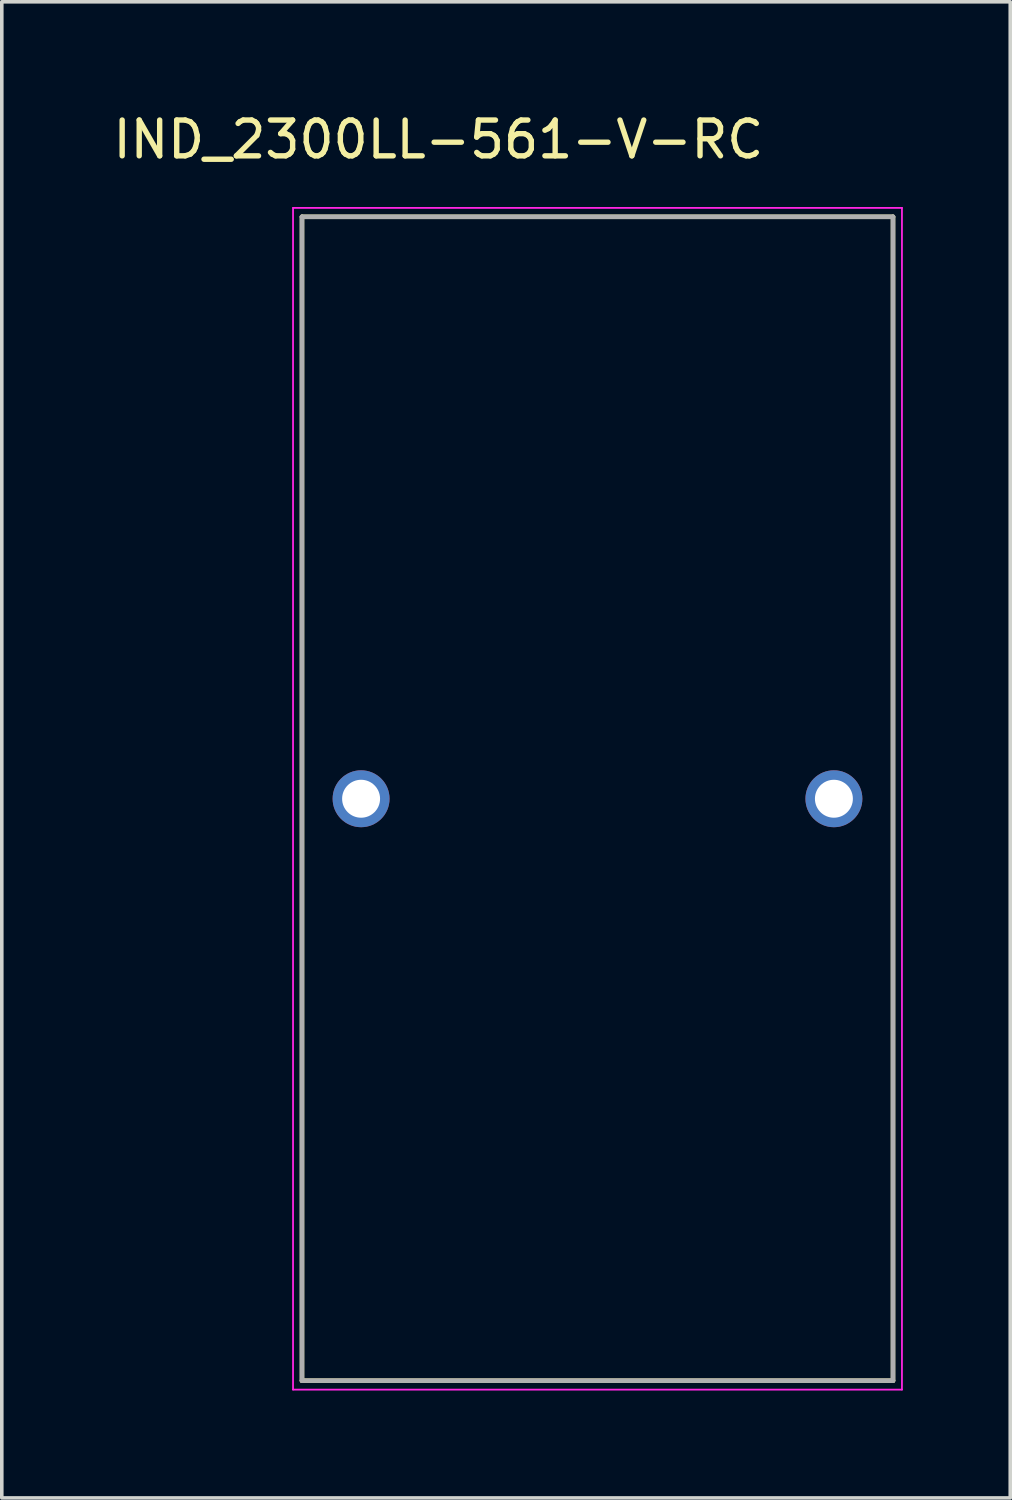
<source format=kicad_pcb>
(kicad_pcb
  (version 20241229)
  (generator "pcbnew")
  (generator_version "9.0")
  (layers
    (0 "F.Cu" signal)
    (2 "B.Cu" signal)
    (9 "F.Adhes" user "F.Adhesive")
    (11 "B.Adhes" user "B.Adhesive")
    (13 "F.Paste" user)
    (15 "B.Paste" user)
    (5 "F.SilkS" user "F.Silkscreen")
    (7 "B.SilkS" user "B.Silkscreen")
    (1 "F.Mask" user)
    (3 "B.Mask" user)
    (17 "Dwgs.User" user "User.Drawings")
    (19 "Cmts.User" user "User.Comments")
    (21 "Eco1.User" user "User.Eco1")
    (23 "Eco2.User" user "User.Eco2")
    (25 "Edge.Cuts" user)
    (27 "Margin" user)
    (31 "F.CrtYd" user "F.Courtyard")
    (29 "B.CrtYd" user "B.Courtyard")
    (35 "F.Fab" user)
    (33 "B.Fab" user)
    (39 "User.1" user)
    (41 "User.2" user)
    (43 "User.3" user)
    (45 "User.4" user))
  (footprint "IND_2300LL-561-V-RC"
    (layer "F.Cu")
    (at 13.641 19.263)
    (property "Reference" "IND_2300LL-561-V-RC" (at -4.445 -18.415 0) (layer "F.SilkS") (effects (font (size 1 1) (thickness 0.15))))
    (attr through_hole)
    (fp_line (start -8.255 -16.256) (end -8.255 16.256) (stroke (width 0.127) (type solid)) (layer "F.SilkS"))
    (fp_line (start -8.255 -16.256) (end 8.255 -16.256) (stroke (width 0.127) (type solid)) (layer "F.SilkS"))
    (fp_line (start -8.255 16.256) (end 8.255 16.256) (stroke (width 0.127) (type solid)) (layer "F.SilkS"))
    (fp_line (start 8.255 16.256) (end 8.255 -16.256) (stroke (width 0.127) (type solid)) (layer "F.SilkS"))
    (fp_line (start -8.505 -16.506) (end 8.505 -16.506) (stroke (width 0.05) (type solid)) (layer "F.CrtYd"))
    (fp_line (start -8.505 16.506) (end -8.505 -16.506) (stroke (width 0.05) (type solid)) (layer "F.CrtYd"))
    (fp_line (start 8.505 -16.506) (end 8.505 16.506) (stroke (width 0.05) (type solid)) (layer "F.CrtYd"))
    (fp_line (start 8.505 16.506) (end -8.505 16.506) (stroke (width 0.05) (type solid)) (layer "F.CrtYd"))
    (fp_line (start -8.255 -16.256) (end -8.255 16.256) (stroke (width 0.127) (type solid)) (layer "F.Fab"))
    (fp_line (start -8.255 16.256) (end 8.255 16.256) (stroke (width 0.127) (type solid)) (layer "F.Fab"))
    (fp_line (start 8.255 -16.256) (end -8.255 -16.256) (stroke (width 0.127) (type solid)) (layer "F.Fab"))
    (fp_line (start 8.255 16.256) (end 8.255 -16.256) (stroke (width 0.127) (type solid)) (layer "F.Fab"))
    (pad "1" thru_hole circle (at -6.604 0) (size 1.59 1.59) (drill 1.06) (layers "*.Cu" "*.Mask"))
    (pad "2" thru_hole circle (at 6.604 0) (size 1.59 1.59) (drill 1.06) (layers "*.Cu" "*.Mask")))
  (gr_rect
    (start -3 -3)
    (end 25.171 38.794)
    (stroke (width 0.1) (type default))
    (fill no)
    (layer "Edge.Cuts")))
</source>
